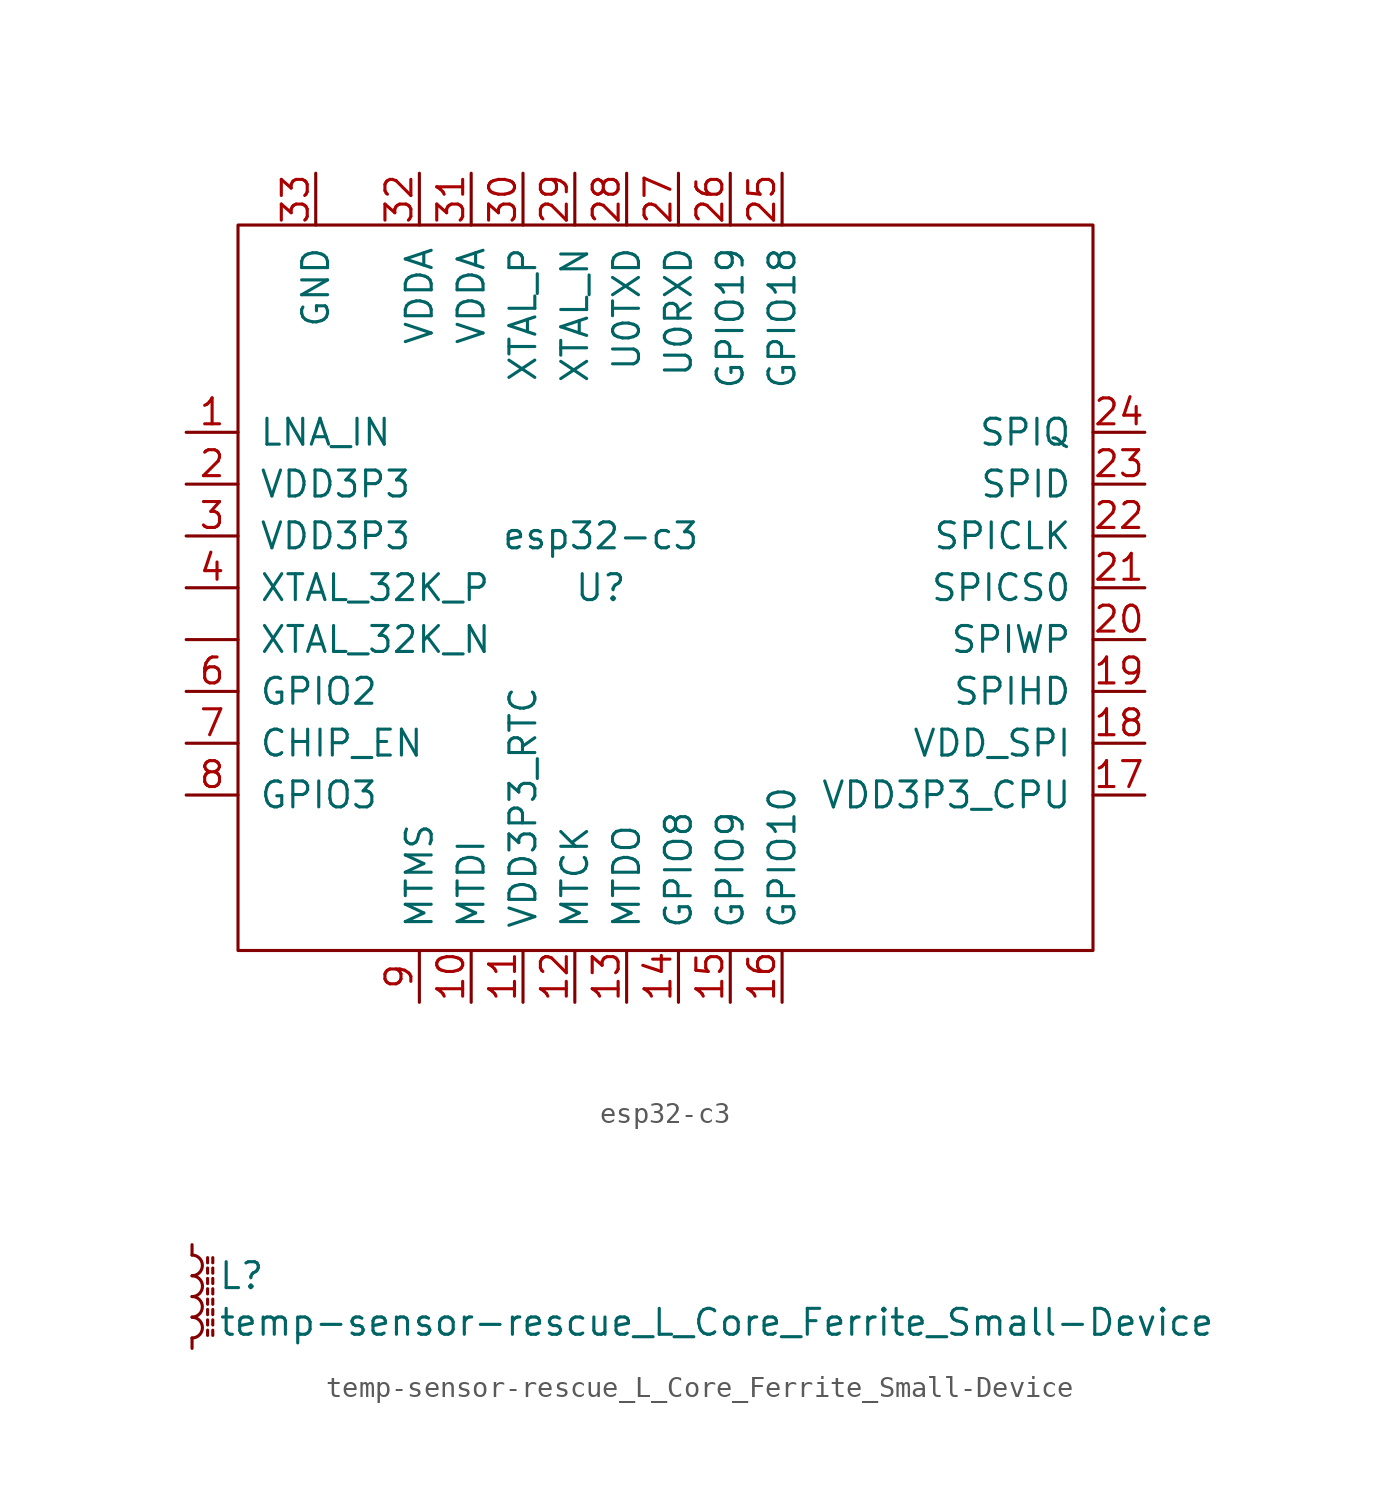
<source format=kicad_sym>
(kicad_symbol_lib
  (version 20211014)
  (generator kicad_symbol_editor)
  (symbol "esp32-c3"
    (pin_names
      (offset 1.016))
    (property "Reference" "U"
      (at 0 1.27 0)
      (effects (font (size 1.27 1.27))))
    (property "Value" "esp32-c3"
      (at 0 3.81 0)
      (effects (font (size 1.27 1.27))))
    (symbol "esp32-c3_0_1"
      (rectangle (start -17.78 19.05) (end 24.13 -16.51) (stroke (width 0) (type default) (color 0 0 0 0)) (fill (type none))))
    (symbol "esp32-c3_1_1"
      (pin input line (at -20.32 8.89 0) (length 2.54) (name "LNA_IN" (effects (font (size 1.27 1.27)))) (number "1" (effects (font (size 1.27 1.27)))))
      (pin input line (at -6.35 -19.05 90) (length 2.54) (name "MTDI" (effects (font (size 1.27 1.27)))) (number "10" (effects (font (size 1.27 1.27)))))
      (pin input line (at -3.81 -19.05 90) (length 2.54) (name "VDD3P3_RTC" (effects (font (size 1.27 1.27)))) (number "11" (effects (font (size 1.27 1.27)))))
      (pin input line (at -1.27 -19.05 90) (length 2.54) (name "MTCK" (effects (font (size 1.27 1.27)))) (number "12" (effects (font (size 1.27 1.27)))))
      (pin input line (at 1.27 -19.05 90) (length 2.54) (name "MTDO" (effects (font (size 1.27 1.27)))) (number "13" (effects (font (size 1.27 1.27)))))
      (pin input line (at 3.81 -19.05 90) (length 2.54) (name "GPIO8" (effects (font (size 1.27 1.27)))) (number "14" (effects (font (size 1.27 1.27)))))
      (pin input line (at 6.35 -19.05 90) (length 2.54) (name "GPIO9" (effects (font (size 1.27 1.27)))) (number "15" (effects (font (size 1.27 1.27)))))
      (pin input line (at 8.89 -19.05 90) (length 2.54) (name "GPIO10" (effects (font (size 1.27 1.27)))) (number "16" (effects (font (size 1.27 1.27)))))
      (pin input line (at 26.67 -8.89 180) (length 2.54) (name "VDD3P3_CPU" (effects (font (size 1.27 1.27)))) (number "17" (effects (font (size 1.27 1.27)))))
      (pin input line (at 26.67 -6.35 180) (length 2.54) (name "VDD_SPI" (effects (font (size 1.27 1.27)))) (number "18" (effects (font (size 1.27 1.27)))))
      (pin input line (at 26.67 -3.81 180) (length 2.54) (name "SPIHD" (effects (font (size 1.27 1.27)))) (number "19" (effects (font (size 1.27 1.27)))))
      (pin input line (at -20.32 6.35 0) (length 2.54) (name "VDD3P3" (effects (font (size 1.27 1.27)))) (number "2" (effects (font (size 1.27 1.27)))))
      (pin input line (at 26.67 -1.27 180) (length 2.54) (name "SPIWP" (effects (font (size 1.27 1.27)))) (number "20" (effects (font (size 1.27 1.27)))))
      (pin input line (at 26.67 1.27 180) (length 2.54) (name "SPICS0" (effects (font (size 1.27 1.27)))) (number "21" (effects (font (size 1.27 1.27)))))
      (pin input line (at 26.67 3.81 180) (length 2.54) (name "SPICLK" (effects (font (size 1.27 1.27)))) (number "22" (effects (font (size 1.27 1.27)))))
      (pin input line (at 26.67 6.35 180) (length 2.54) (name "SPID" (effects (font (size 1.27 1.27)))) (number "23" (effects (font (size 1.27 1.27)))))
      (pin input line (at 26.67 8.89 180) (length 2.54) (name "SPIQ" (effects (font (size 1.27 1.27)))) (number "24" (effects (font (size 1.27 1.27)))))
      (pin input line (at 8.89 21.59 270) (length 2.54) (name "GPIO18" (effects (font (size 1.27 1.27)))) (number "25" (effects (font (size 1.27 1.27)))))
      (pin input line (at 6.35 21.59 270) (length 2.54) (name "GPIO19" (effects (font (size 1.27 1.27)))) (number "26" (effects (font (size 1.27 1.27)))))
      (pin input line (at 3.81 21.59 270) (length 2.54) (name "U0RXD" (effects (font (size 1.27 1.27)))) (number "27" (effects (font (size 1.27 1.27)))))
      (pin input line (at 1.27 21.59 270) (length 2.54) (name "U0TXD" (effects (font (size 1.27 1.27)))) (number "28" (effects (font (size 1.27 1.27)))))
      (pin input line (at -1.27 21.59 270) (length 2.54) (name "XTAL_N" (effects (font (size 1.27 1.27)))) (number "29" (effects (font (size 1.27 1.27)))))
      (pin input line (at -20.32 3.81 0) (length 2.54) (name "VDD3P3" (effects (font (size 1.27 1.27)))) (number "3" (effects (font (size 1.27 1.27)))))
      (pin input line (at -3.81 21.59 270) (length 2.54) (name "XTAL_P" (effects (font (size 1.27 1.27)))) (number "30" (effects (font (size 1.27 1.27)))))
      (pin input line (at -6.35 21.59 270) (length 2.54) (name "VDDA" (effects (font (size 1.27 1.27)))) (number "31" (effects (font (size 1.27 1.27)))))
      (pin input line (at -8.89 21.59 270) (length 2.54) (name "VDDA" (effects (font (size 1.27 1.27)))) (number "32" (effects (font (size 1.27 1.27)))))
      (pin input line (at -13.97 21.59 270) (length 2.54) (name "GND" (effects (font (size 1.27 1.27)))) (number "33" (effects (font (size 1.27 1.27)))))
      (pin input line (at -20.32 1.27 0) (length 2.54) (name "XTAL_32K_P" (effects (font (size 1.27 1.27)))) (number "4" (effects (font (size 1.27 1.27)))))
      (pin input line (at -20.32 -3.81 0) (length 2.54) (name "GPIO2" (effects (font (size 1.27 1.27)))) (number "6" (effects (font (size 1.27 1.27)))))
      (pin input line (at -20.32 -6.35 0) (length 2.54) (name "CHIP_EN" (effects (font (size 1.27 1.27)))) (number "7" (effects (font (size 1.27 1.27)))))
      (pin input line (at -20.32 -8.89 0) (length 2.54) (name "GPIO3" (effects (font (size 1.27 1.27)))) (number "8" (effects (font (size 1.27 1.27)))))
      (pin input line (at -8.89 -19.05 90) (length 2.54) (name "MTMS" (effects (font (size 1.27 1.27)))) (number "9" (effects (font (size 1.27 1.27)))))
      (pin input line (at -20.32 -1.27 0) (length 2.54) (name "XTAL_32K_N" (effects (font (size 1.27 1.27)))) (number "~" (effects (font (size 1.27 1.27)))))))
  (symbol "temp-sensor-rescue_L_Core_Ferrite_Small-Device"
    (pin_numbers hide)
    (pin_names
      (offset 0.254) hide)
    (property "Reference" "L"
      (at 1.27 1.016 0)
      (effects (font (size 1.27 1.27)) (justify left)))
    (property "Value" "temp-sensor-rescue_L_Core_Ferrite_Small-Device"
      (at 1.27 -1.27 0)
      (effects (font (size 1.27 1.27)) (justify left)))
    (symbol "temp-sensor-rescue_L_Core_Ferrite_Small-Device_0_1"
      (arc (start 0 -2.032) (mid 0.508 -1.524) (end 0 -1.016) (stroke (width 0) (type default) (color 0 0 0 0)) (fill (type none)))
      (arc (start 0 -1.016) (mid 0.508 -0.508) (end 0 0) (stroke (width 0) (type default) (color 0 0 0 0)) (fill (type none)))
      (polyline (pts (xy 0.762 -1.905) (xy 0.762 -1.651)) (stroke (width 0) (type default) (color 0 0 0 0)) (fill (type none)))
      (polyline (pts (xy 0.762 -1.397) (xy 0.762 -1.143)) (stroke (width 0) (type default) (color 0 0 0 0)) (fill (type none)))
      (polyline (pts (xy 0.762 -0.889) (xy 0.762 -0.635)) (stroke (width 0) (type default) (color 0 0 0 0)) (fill (type none)))
      (polyline (pts (xy 0.762 -0.381) (xy 0.762 -0.127)) (stroke (width 0) (type default) (color 0 0 0 0)) (fill (type none)))
      (polyline (pts (xy 0.762 0.127) (xy 0.762 0.381)) (stroke (width 0) (type default) (color 0 0 0 0)) (fill (type none)))
      (polyline (pts (xy 0.762 0.635) (xy 0.762 0.889)) (stroke (width 0) (type default) (color 0 0 0 0)) (fill (type none)))
      (polyline (pts (xy 0.762 1.143) (xy 0.762 1.397)) (stroke (width 0) (type default) (color 0 0 0 0)) (fill (type none)))
      (polyline (pts (xy 0.762 1.651) (xy 0.762 1.905)) (stroke (width 0) (type default) (color 0 0 0 0)) (fill (type none)))
      (polyline (pts (xy 1.016 -1.651) (xy 1.016 -1.905)) (stroke (width 0) (type default) (color 0 0 0 0)) (fill (type none)))
      (polyline (pts (xy 1.016 -1.143) (xy 1.016 -1.397)) (stroke (width 0) (type default) (color 0 0 0 0)) (fill (type none)))
      (polyline (pts (xy 1.016 -0.635) (xy 1.016 -0.889)) (stroke (width 0) (type default) (color 0 0 0 0)) (fill (type none)))
      (polyline (pts (xy 1.016 -0.127) (xy 1.016 -0.381)) (stroke (width 0) (type default) (color 0 0 0 0)) (fill (type none)))
      (polyline (pts (xy 1.016 0.381) (xy 1.016 0.127)) (stroke (width 0) (type default) (color 0 0 0 0)) (fill (type none)))
      (polyline (pts (xy 1.016 0.889) (xy 1.016 0.635)) (stroke (width 0) (type default) (color 0 0 0 0)) (fill (type none)))
      (polyline (pts (xy 1.016 1.397) (xy 1.016 1.143)) (stroke (width 0) (type default) (color 0 0 0 0)) (fill (type none)))
      (polyline (pts (xy 1.016 1.905) (xy 1.016 1.651)) (stroke (width 0) (type default) (color 0 0 0 0)) (fill (type none)))
      (arc (start 0 0) (mid 0.508 0.508) (end 0 1.016) (stroke (width 0) (type default) (color 0 0 0 0)) (fill (type none)))
      (arc (start 0 1.016) (mid 0.508 1.524) (end 0 2.032) (stroke (width 0) (type default) (color 0 0 0 0)) (fill (type none))))
    (symbol "temp-sensor-rescue_L_Core_Ferrite_Small-Device_1_1"
      (pin passive line (at 0 2.54 270) (length 0.508) (name "~" (effects (font (size 1.27 1.27)))) (number "1" (effects (font (size 1.27 1.27)))))
      (pin passive line (at 0 -2.54 90) (length 0.508) (name "~" (effects (font (size 1.27 1.27)))) (number "2" (effects (font (size 1.27 1.27))))))))
</source>
